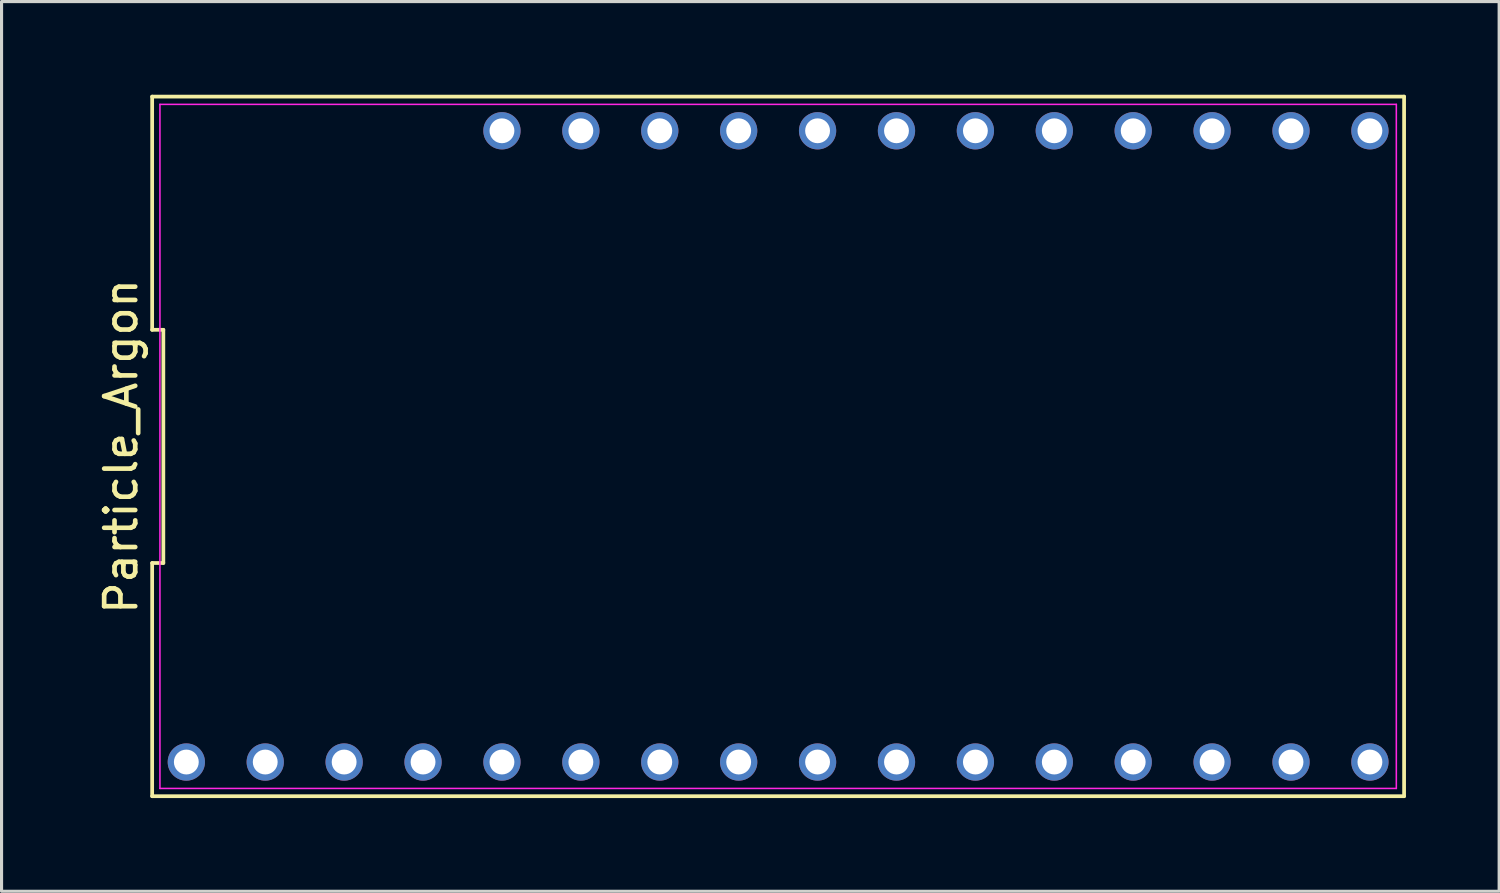
<source format=kicad_pcb>
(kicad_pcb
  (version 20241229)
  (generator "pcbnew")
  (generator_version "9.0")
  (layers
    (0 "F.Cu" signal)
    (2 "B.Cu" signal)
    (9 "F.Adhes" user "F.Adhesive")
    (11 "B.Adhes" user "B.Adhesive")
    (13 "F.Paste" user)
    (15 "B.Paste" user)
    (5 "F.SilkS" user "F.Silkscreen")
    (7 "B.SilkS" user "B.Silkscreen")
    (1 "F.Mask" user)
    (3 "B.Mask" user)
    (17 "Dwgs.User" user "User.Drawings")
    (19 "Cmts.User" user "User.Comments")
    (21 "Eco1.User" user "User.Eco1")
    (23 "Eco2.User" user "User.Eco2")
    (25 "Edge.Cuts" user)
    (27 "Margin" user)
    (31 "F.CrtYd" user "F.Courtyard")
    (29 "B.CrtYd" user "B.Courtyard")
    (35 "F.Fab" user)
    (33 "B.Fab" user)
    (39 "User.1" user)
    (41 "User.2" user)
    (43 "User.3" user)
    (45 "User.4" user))
  (footprint "Particle_Argon"
    (layer "F.Cu")
    (at 21.998 11.32)
    (property "Reference" "Particle_Argon" (at -21.15 0 90) (layer "F.SilkS") (effects (font (size 1 1) (thickness 0.15))))
    (attr through_hole)
    (fp_line (start -20.15 -11.26) (end -20.15 -3.753) (stroke (width 0.12) (type solid)) (layer "F.SilkS"))
    (fp_line (start -20.15 -3.753) (end -19.79 -3.753) (stroke (width 0.12) (type solid)) (layer "F.SilkS"))
    (fp_line (start -20.15 3.753) (end -20.15 11.26) (stroke (width 0.12) (type solid)) (layer "F.SilkS"))
    (fp_line (start -20.15 11.26) (end 20.15 11.26) (stroke (width 0.12) (type solid)) (layer "F.SilkS"))
    (fp_line (start -19.79 -3.753) (end -19.79 3.753) (stroke (width 0.12) (type solid)) (layer "F.SilkS"))
    (fp_line (start -19.79 3.753) (end -20.15 3.753) (stroke (width 0.12) (type solid)) (layer "F.SilkS"))
    (fp_line (start 20.15 -11.26) (end -20.15 -11.26) (stroke (width 0.12) (type solid)) (layer "F.SilkS"))
    (fp_line (start 20.15 11.26) (end 20.15 -11.26) (stroke (width 0.12) (type solid)) (layer "F.SilkS"))
    (fp_line (start -19.9 -11.01) (end 19.9 -11.01) (stroke (width 0.05) (type solid)) (layer "F.CrtYd"))
    (fp_line (start -19.9 11.01) (end -19.9 -11.01) (stroke (width 0.05) (type solid)) (layer "F.CrtYd"))
    (fp_line (start 19.9 -11.01) (end 19.9 11.01) (stroke (width 0.05) (type solid)) (layer "F.CrtYd"))
    (fp_line (start 19.9 11.01) (end -19.9 11.01) (stroke (width 0.05) (type solid)) (layer "F.CrtYd"))
    (pad "1" thru_hole circle (at -19.05 10.16) (size 1.2 1.2) (drill 0.8) (layers "*.Cu" "*.Mask"))
    (pad "2" thru_hole circle (at -16.51 10.16) (size 1.2 1.2) (drill 0.8) (layers "*.Cu" "*.Mask"))
    (pad "3" thru_hole circle (at -13.97 10.16) (size 1.2 1.2) (drill 0.8) (layers "*.Cu" "*.Mask"))
    (pad "4" thru_hole circle (at -11.43 10.16) (size 1.2 1.2) (drill 0.8) (layers "*.Cu" "*.Mask"))
    (pad "5" thru_hole circle (at -8.89 10.16) (size 1.2 1.2) (drill 0.8) (layers "*.Cu" "*.Mask"))
    (pad "6" thru_hole circle (at -6.35 10.16) (size 1.2 1.2) (drill 0.8) (layers "*.Cu" "*.Mask"))
    (pad "7" thru_hole circle (at -3.81 10.16) (size 1.2 1.2) (drill 0.8) (layers "*.Cu" "*.Mask"))
    (pad "8" thru_hole circle (at -1.27 10.16) (size 1.2 1.2) (drill 0.8) (layers "*.Cu" "*.Mask"))
    (pad "9" thru_hole circle (at 1.27 10.16) (size 1.2 1.2) (drill 0.8) (layers "*.Cu" "*.Mask"))
    (pad "10" thru_hole circle (at 3.81 10.16) (size 1.2 1.2) (drill 0.8) (layers "*.Cu" "*.Mask"))
    (pad "11" thru_hole circle (at 6.35 10.16) (size 1.2 1.2) (drill 0.8) (layers "*.Cu" "*.Mask"))
    (pad "12" thru_hole circle (at 8.89 10.16) (size 1.2 1.2) (drill 0.8) (layers "*.Cu" "*.Mask"))
    (pad "13" thru_hole circle (at 11.43 10.16) (size 1.2 1.2) (drill 0.8) (layers "*.Cu" "*.Mask"))
    (pad "14" thru_hole circle (at 13.97 10.16) (size 1.2 1.2) (drill 0.8) (layers "*.Cu" "*.Mask"))
    (pad "15" thru_hole circle (at 16.51 10.16) (size 1.2 1.2) (drill 0.8) (layers "*.Cu" "*.Mask"))
    (pad "16" thru_hole circle (at 19.05 10.16) (size 1.2 1.2) (drill 0.8) (layers "*.Cu" "*.Mask"))
    (pad "17" thru_hole circle (at -8.89 -10.16) (size 1.2 1.2) (drill 0.8) (layers "*.Cu" "*.Mask"))
    (pad "18" thru_hole circle (at -6.35 -10.16) (size 1.2 1.2) (drill 0.8) (layers "*.Cu" "*.Mask"))
    (pad "19" thru_hole circle (at -3.81 -10.16) (size 1.2 1.2) (drill 0.8) (layers "*.Cu" "*.Mask"))
    (pad "20" thru_hole circle (at -1.27 -10.16) (size 1.2 1.2) (drill 0.8) (layers "*.Cu" "*.Mask"))
    (pad "21" thru_hole circle (at 1.27 -10.16) (size 1.2 1.2) (drill 0.8) (layers "*.Cu" "*.Mask"))
    (pad "22" thru_hole circle (at 3.81 -10.16) (size 1.2 1.2) (drill 0.8) (layers "*.Cu" "*.Mask"))
    (pad "23" thru_hole circle (at 6.35 -10.16) (size 1.2 1.2) (drill 0.8) (layers "*.Cu" "*.Mask"))
    (pad "24" thru_hole circle (at 8.89 -10.16) (size 1.2 1.2) (drill 0.8) (layers "*.Cu" "*.Mask"))
    (pad "25" thru_hole circle (at 11.43 -10.16) (size 1.2 1.2) (drill 0.8) (layers "*.Cu" "*.Mask"))
    (pad "26" thru_hole circle (at 13.97 -10.16) (size 1.2 1.2) (drill 0.8) (layers "*.Cu" "*.Mask"))
    (pad "27" thru_hole circle (at 16.51 -10.16) (size 1.2 1.2) (drill 0.8) (layers "*.Cu" "*.Mask"))
    (pad "28" thru_hole circle (at 19.05 -10.16) (size 1.2 1.2) (drill 0.8) (layers "*.Cu" "*.Mask")))
  (gr_rect
    (start -3 -3)
    (end 45.208 25.64)
    (stroke (width 0.1) (type default))
    (fill no)
    (layer "Edge.Cuts")))
</source>
